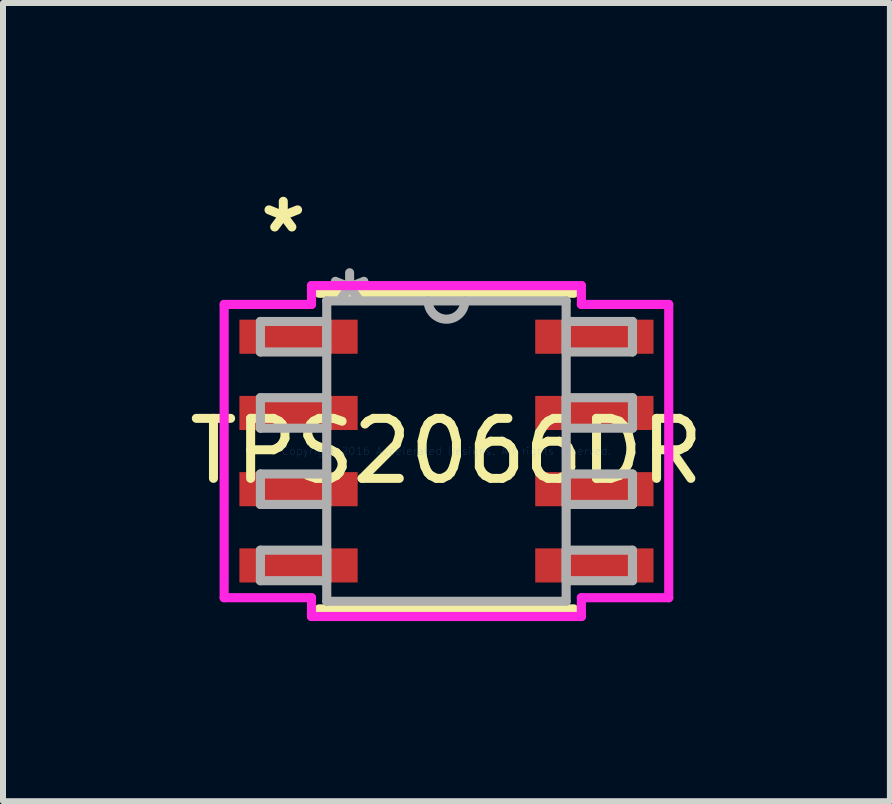
<source format=kicad_pcb>
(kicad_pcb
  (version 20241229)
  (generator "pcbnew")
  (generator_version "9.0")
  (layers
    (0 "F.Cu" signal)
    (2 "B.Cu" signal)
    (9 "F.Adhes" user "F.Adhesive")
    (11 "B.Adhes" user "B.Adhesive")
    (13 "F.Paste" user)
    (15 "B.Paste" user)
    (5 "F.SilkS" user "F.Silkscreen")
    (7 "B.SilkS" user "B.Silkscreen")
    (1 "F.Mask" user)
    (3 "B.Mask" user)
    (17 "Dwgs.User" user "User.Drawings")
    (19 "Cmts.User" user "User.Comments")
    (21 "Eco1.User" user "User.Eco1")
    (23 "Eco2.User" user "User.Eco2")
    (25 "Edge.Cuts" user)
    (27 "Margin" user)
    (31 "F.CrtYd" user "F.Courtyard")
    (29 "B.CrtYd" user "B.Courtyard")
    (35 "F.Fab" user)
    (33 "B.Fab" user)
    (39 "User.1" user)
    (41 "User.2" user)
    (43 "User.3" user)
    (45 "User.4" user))
  (footprint "TPS2066DR"
    (layer "F.Cu")
    (at 4.387 4.464)
    (property "Reference" "TPS2066DR" (at 0 0 0) (layer "F.SilkS") (effects (font (size 1 1) (thickness 0.15))))
    (attr through_hole)
    (fp_line (start -2.121 2.629) (end 2.121 2.629) (stroke (width 0.152) (type solid)) (layer "F.SilkS"))
    (fp_line (start 2.121 -2.629) (end -2.121 -2.629) (stroke (width 0.152) (type solid)) (layer "F.SilkS"))
    (fp_line (start -3.703 -2.443) (end -2.248 -2.443) (stroke (width 0.152) (type solid)) (layer "F.CrtYd"))
    (fp_line (start -3.703 2.443) (end -3.703 -2.443) (stroke (width 0.152) (type solid)) (layer "F.CrtYd"))
    (fp_line (start -2.248 -2.756) (end 2.248 -2.756) (stroke (width 0.152) (type solid)) (layer "F.CrtYd"))
    (fp_line (start -2.248 -2.443) (end -2.248 -2.756) (stroke (width 0.152) (type solid)) (layer "F.CrtYd"))
    (fp_line (start -2.248 2.443) (end -3.703 2.443) (stroke (width 0.152) (type solid)) (layer "F.CrtYd"))
    (fp_line (start -2.248 2.756) (end -2.248 2.443) (stroke (width 0.152) (type solid)) (layer "F.CrtYd"))
    (fp_line (start 2.248 -2.756) (end 2.248 -2.443) (stroke (width 0.152) (type solid)) (layer "F.CrtYd"))
    (fp_line (start 2.248 -2.443) (end 3.703 -2.443) (stroke (width 0.152) (type solid)) (layer "F.CrtYd"))
    (fp_line (start 2.248 2.443) (end 2.248 2.756) (stroke (width 0.152) (type solid)) (layer "F.CrtYd"))
    (fp_line (start 2.248 2.756) (end -2.248 2.756) (stroke (width 0.152) (type solid)) (layer "F.CrtYd"))
    (fp_line (start 3.703 -2.443) (end 3.703 2.443) (stroke (width 0.152) (type solid)) (layer "F.CrtYd"))
    (fp_line (start 3.703 2.443) (end 2.248 2.443) (stroke (width 0.152) (type solid)) (layer "F.CrtYd"))
    (fp_line (start -3.099 -2.159) (end -3.099 -1.651) (stroke (width 0.152) (type solid)) (layer "F.Fab"))
    (fp_line (start -3.099 -1.651) (end -1.994 -1.651) (stroke (width 0.152) (type solid)) (layer "F.Fab"))
    (fp_line (start -3.099 -0.889) (end -3.099 -0.381) (stroke (width 0.152) (type solid)) (layer "F.Fab"))
    (fp_line (start -3.099 -0.381) (end -1.994 -0.381) (stroke (width 0.152) (type solid)) (layer "F.Fab"))
    (fp_line (start -3.099 0.381) (end -3.099 0.889) (stroke (width 0.152) (type solid)) (layer "F.Fab"))
    (fp_line (start -3.099 0.889) (end -1.994 0.889) (stroke (width 0.152) (type solid)) (layer "F.Fab"))
    (fp_line (start -3.099 1.651) (end -3.099 2.159) (stroke (width 0.152) (type solid)) (layer "F.Fab"))
    (fp_line (start -3.099 2.159) (end -1.994 2.159) (stroke (width 0.152) (type solid)) (layer "F.Fab"))
    (fp_line (start -1.994 -2.502) (end -1.994 2.502) (stroke (width 0.152) (type solid)) (layer "F.Fab"))
    (fp_line (start -1.994 -2.159) (end -3.099 -2.159) (stroke (width 0.152) (type solid)) (layer "F.Fab"))
    (fp_line (start -1.994 -1.651) (end -1.994 -2.159) (stroke (width 0.152) (type solid)) (layer "F.Fab"))
    (fp_line (start -1.994 -0.889) (end -3.099 -0.889) (stroke (width 0.152) (type solid)) (layer "F.Fab"))
    (fp_line (start -1.994 -0.381) (end -1.994 -0.889) (stroke (width 0.152) (type solid)) (layer "F.Fab"))
    (fp_line (start -1.994 0.381) (end -3.099 0.381) (stroke (width 0.152) (type solid)) (layer "F.Fab"))
    (fp_line (start -1.994 0.889) (end -1.994 0.381) (stroke (width 0.152) (type solid)) (layer "F.Fab"))
    (fp_line (start -1.994 1.651) (end -3.099 1.651) (stroke (width 0.152) (type solid)) (layer "F.Fab"))
    (fp_line (start -1.994 2.159) (end -1.994 1.651) (stroke (width 0.152) (type solid)) (layer "F.Fab"))
    (fp_line (start -1.994 2.502) (end 1.994 2.502) (stroke (width 0.152) (type solid)) (layer "F.Fab"))
    (fp_line (start 1.994 -2.502) (end -1.994 -2.502) (stroke (width 0.152) (type solid)) (layer "F.Fab"))
    (fp_line (start 1.994 -2.159) (end 1.994 -1.651) (stroke (width 0.152) (type solid)) (layer "F.Fab"))
    (fp_line (start 1.994 -1.651) (end 3.099 -1.651) (stroke (width 0.152) (type solid)) (layer "F.Fab"))
    (fp_line (start 1.994 -0.889) (end 1.994 -0.381) (stroke (width 0.152) (type solid)) (layer "F.Fab"))
    (fp_line (start 1.994 -0.381) (end 3.099 -0.381) (stroke (width 0.152) (type solid)) (layer "F.Fab"))
    (fp_line (start 1.994 0.381) (end 1.994 0.889) (stroke (width 0.152) (type solid)) (layer "F.Fab"))
    (fp_line (start 1.994 0.889) (end 3.099 0.889) (stroke (width 0.152) (type solid)) (layer "F.Fab"))
    (fp_line (start 1.994 1.651) (end 1.994 2.159) (stroke (width 0.152) (type solid)) (layer "F.Fab"))
    (fp_line (start 1.994 2.159) (end 3.099 2.159) (stroke (width 0.152) (type solid)) (layer "F.Fab"))
    (fp_line (start 1.994 2.502) (end 1.994 -2.502) (stroke (width 0.152) (type solid)) (layer "F.Fab"))
    (fp_line (start 3.099 -2.159) (end 1.994 -2.159) (stroke (width 0.152) (type solid)) (layer "F.Fab"))
    (fp_line (start 3.099 -1.651) (end 3.099 -2.159) (stroke (width 0.152) (type solid)) (layer "F.Fab"))
    (fp_line (start 3.099 -0.889) (end 1.994 -0.889) (stroke (width 0.152) (type solid)) (layer "F.Fab"))
    (fp_line (start 3.099 -0.381) (end 3.099 -0.889) (stroke (width 0.152) (type solid)) (layer "F.Fab"))
    (fp_line (start 3.099 0.381) (end 1.994 0.381) (stroke (width 0.152) (type solid)) (layer "F.Fab"))
    (fp_line (start 3.099 0.889) (end 3.099 0.381) (stroke (width 0.152) (type solid)) (layer "F.Fab"))
    (fp_line (start 3.099 1.651) (end 1.994 1.651) (stroke (width 0.152) (type solid)) (layer "F.Fab"))
    (fp_line (start 3.099 2.159) (end 3.099 1.651) (stroke (width 0.152) (type solid)) (layer "F.Fab"))
    (fp_arc (start 0.3048 -2.5019) (mid 0 -2.1971) (end -0.3048 -2.5019) (stroke (width 0.1524) (type solid)) (layer "F.Fab"))
    (fp_text user "*" (at -2.718 -3.616 0) (layer "F.SilkS") (effects (font (size 1 1) (thickness 0.15))))
    (fp_text user "Copyright 2016 Accelerated Designs. All rights reserved." (at 0 0 0) (layer "Cmts.User") (effects (font (size 0.127 0.127) (thickness 0.002))))
    (fp_text user "*" (at -1.613 -2.426 0) (layer "F.Fab") (effects (font (size 1 1) (thickness 0.15))))
    (pad "1" smd rect (at -2.464 -1.905) (size 1.97 0.568) (layers "F.Cu" "F.Mask" "F.Paste"))
    (pad "2" smd rect (at -2.464 -0.635) (size 1.97 0.568) (layers "F.Cu" "F.Mask" "F.Paste"))
    (pad "3" smd rect (at -2.464 0.635) (size 1.97 0.568) (layers "F.Cu" "F.Mask" "F.Paste"))
    (pad "4" smd rect (at -2.464 1.905) (size 1.97 0.568) (layers "F.Cu" "F.Mask" "F.Paste"))
    (pad "5" smd rect (at 2.464 1.905) (size 1.97 0.568) (layers "F.Cu" "F.Mask" "F.Paste"))
    (pad "6" smd rect (at 2.464 0.635) (size 1.97 0.568) (layers "F.Cu" "F.Mask" "F.Paste"))
    (pad "7" smd rect (at 2.464 -0.635) (size 1.97 0.568) (layers "F.Cu" "F.Mask" "F.Paste"))
    (pad "8" smd rect (at 2.464 -1.905) (size 1.97 0.568) (layers "F.Cu" "F.Mask" "F.Paste")))
  (gr_rect
    (start -3 -3)
    (end 11.774 10.296)
    (stroke (width 0.1) (type default))
    (fill no)
    (layer "Edge.Cuts")))
</source>
